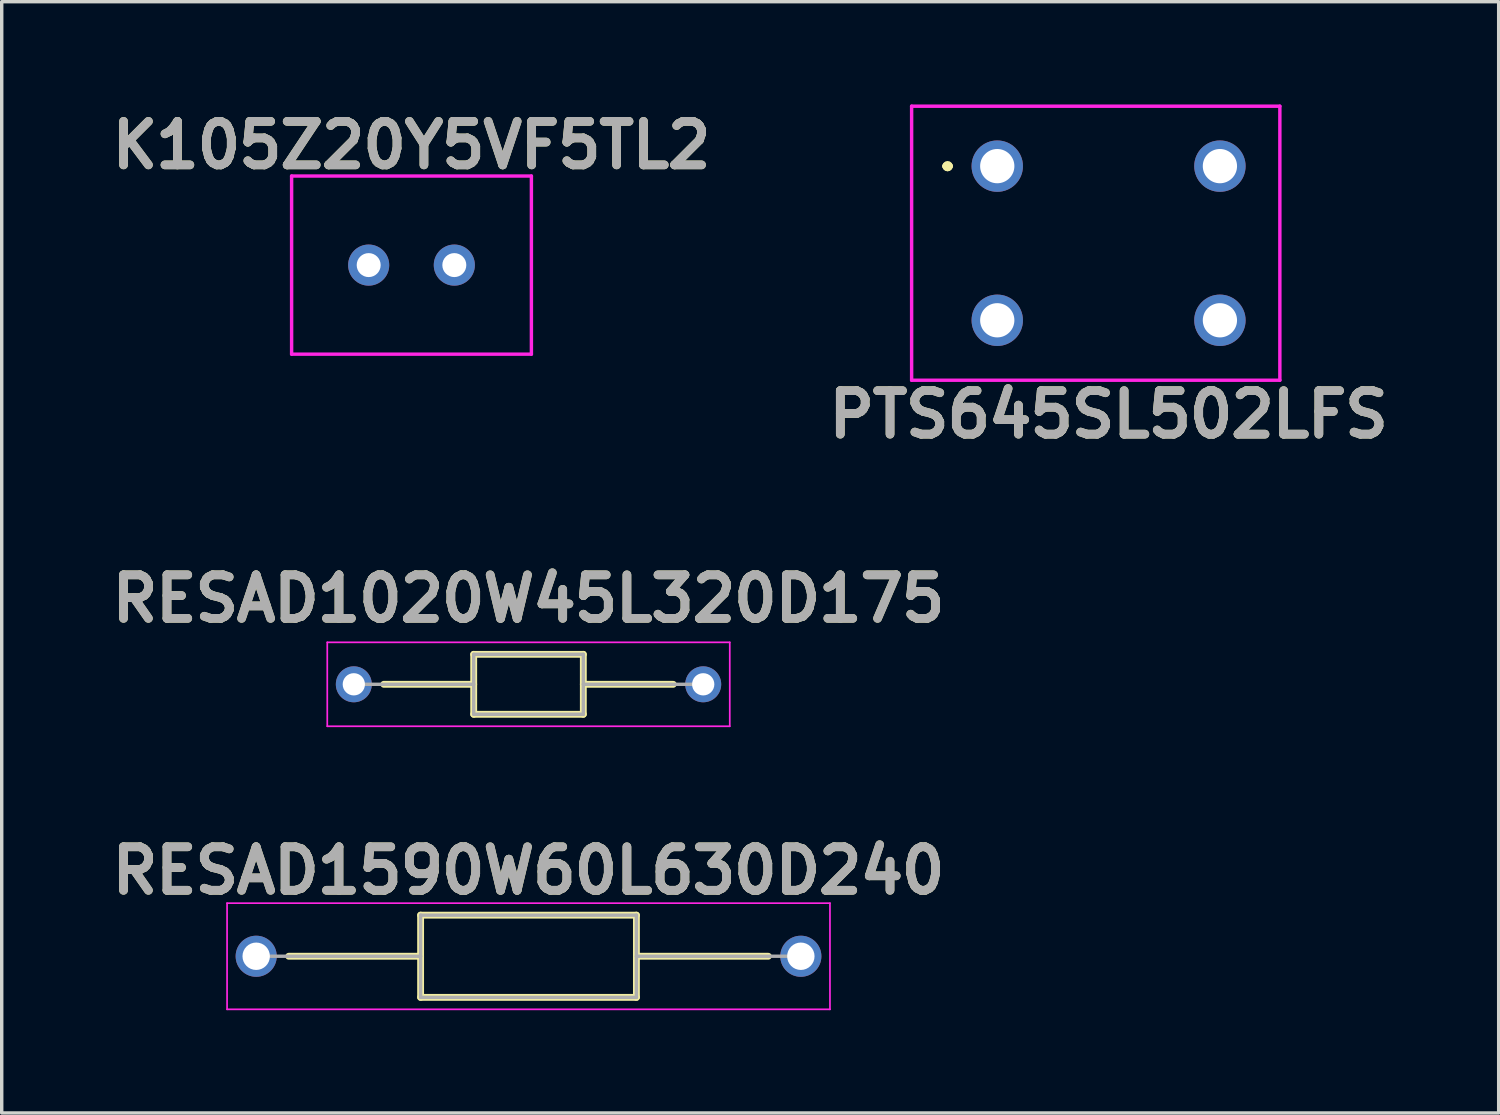
<source format=kicad_pcb>
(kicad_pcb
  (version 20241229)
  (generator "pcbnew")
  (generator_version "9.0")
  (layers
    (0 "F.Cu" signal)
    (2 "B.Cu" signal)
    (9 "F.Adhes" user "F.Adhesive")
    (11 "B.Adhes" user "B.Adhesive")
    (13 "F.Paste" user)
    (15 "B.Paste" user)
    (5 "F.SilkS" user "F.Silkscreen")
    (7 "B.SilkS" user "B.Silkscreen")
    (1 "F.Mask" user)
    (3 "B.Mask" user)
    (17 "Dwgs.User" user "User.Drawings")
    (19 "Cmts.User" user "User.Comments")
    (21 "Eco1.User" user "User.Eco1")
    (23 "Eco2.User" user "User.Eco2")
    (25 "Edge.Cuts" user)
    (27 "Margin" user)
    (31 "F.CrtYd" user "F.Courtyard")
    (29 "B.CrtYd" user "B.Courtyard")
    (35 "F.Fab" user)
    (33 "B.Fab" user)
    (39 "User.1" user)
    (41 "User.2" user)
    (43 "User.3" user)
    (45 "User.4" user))
  (footprint "PTS645SL502LFS"
    (layer "F.Cu")
    (at 29.313 4.05)
    (property "Reference" "PTS645SL502LFS" (at 0 5 0) (layer "F.SilkS") (effects (font (size 1.27 1.27) (thickness 0.254))))
    (attr through_hole)
    (fp_line (start -4.75 -2.25) (end -4.75 -2.25) (stroke (width 0.2) (type solid)) (layer "F.SilkS"))
    (fp_line (start -4.75 -2.25) (end -4.75 -2.25) (stroke (width 0.2) (type solid)) (layer "F.SilkS"))
    (fp_line (start -4.65 -2.25) (end -4.65 -2.25) (stroke (width 0.2) (type solid)) (layer "F.SilkS"))
    (fp_arc (start -4.75 -2.25) (mid -4.7 -2.3) (end -4.65 -2.25) (stroke (width 0.2) (type solid)) (layer "F.SilkS"))
    (fp_arc (start -4.65 -2.25) (mid -4.7 -2.2) (end -4.75 -2.25) (stroke (width 0.2) (type solid)) (layer "F.SilkS"))
    (fp_arc (start -4.65 -2.25) (mid -4.7 -2.2) (end -4.75 -2.25) (stroke (width 0.2) (type solid)) (layer "F.SilkS"))
    (fp_line (start -5.75 -4) (end 5 -4) (stroke (width 0.1) (type solid)) (layer "F.CrtYd"))
    (fp_line (start -5.75 4) (end -5.75 -4) (stroke (width 0.1) (type solid)) (layer "F.CrtYd"))
    (fp_line (start 5 -4) (end 5 4) (stroke (width 0.1) (type solid)) (layer "F.CrtYd"))
    (fp_line (start 5 4) (end -5.75 4) (stroke (width 0.1) (type solid)) (layer "F.CrtYd"))
    (fp_text user "${REFERENCE}" (at 0 5 0) (layer "F.Fab") (effects (font (size 1.27 1.27) (thickness 0.254))))
    (pad "1" thru_hole circle (at -3.25 -2.25) (size 1.5 1.5) (drill 1) (layers "*.Cu" "*.Mask"))
    (pad "2" thru_hole circle (at 3.25 -2.25) (size 1.5 1.5) (drill 1) (layers "*.Cu" "*.Mask"))
    (pad "3" thru_hole circle (at -3.25 2.25) (size 1.5 1.5) (drill 1) (layers "*.Cu" "*.Mask"))
    (pad "4" thru_hole circle (at 3.25 2.25) (size 1.5 1.5) (drill 1) (layers "*.Cu" "*.Mask")))
  (footprint "RESAD1590W60L630D240"
    (layer "F.Cu")
    (at 12.379 24.866)
    (property "Reference" "RESAD1590W60L630D240" (at 0 -2.5 0) (layer "F.SilkS") (effects (font (size 1.27 1.27) (thickness 0.254))))
    (attr through_hole)
    (fp_line (start -7 0) (end -3.15 0) (stroke (width 0.2) (type solid)) (layer "F.SilkS"))
    (fp_line (start -3.15 -1.2) (end 3.15 -1.2) (stroke (width 0.2) (type solid)) (layer "F.SilkS"))
    (fp_line (start -3.15 1.2) (end -3.15 -1.2) (stroke (width 0.2) (type solid)) (layer "F.SilkS"))
    (fp_line (start 3.15 -1.2) (end 3.15 1.2) (stroke (width 0.2) (type solid)) (layer "F.SilkS"))
    (fp_line (start 3.15 0) (end 7 0) (stroke (width 0.2) (type solid)) (layer "F.SilkS"))
    (fp_line (start 3.15 1.2) (end -3.15 1.2) (stroke (width 0.2) (type solid)) (layer "F.SilkS"))
    (fp_line (start -8.8 -1.55) (end 8.8 -1.55) (stroke (width 0.05) (type solid)) (layer "F.CrtYd"))
    (fp_line (start -8.8 1.55) (end -8.8 -1.55) (stroke (width 0.05) (type solid)) (layer "F.CrtYd"))
    (fp_line (start 8.8 -1.55) (end 8.8 1.55) (stroke (width 0.05) (type solid)) (layer "F.CrtYd"))
    (fp_line (start 8.8 1.55) (end -8.8 1.55) (stroke (width 0.05) (type solid)) (layer "F.CrtYd"))
    (fp_line (start -7.95 0) (end -3.15 0) (stroke (width 0.1) (type solid)) (layer "F.Fab"))
    (fp_line (start -3.15 -1.2) (end 3.15 -1.2) (stroke (width 0.1) (type solid)) (layer "F.Fab"))
    (fp_line (start -3.15 1.2) (end -3.15 -1.2) (stroke (width 0.1) (type solid)) (layer "F.Fab"))
    (fp_line (start 3.15 -1.2) (end 3.15 1.2) (stroke (width 0.1) (type solid)) (layer "F.Fab"))
    (fp_line (start 3.15 0) (end 7.95 0) (stroke (width 0.1) (type solid)) (layer "F.Fab"))
    (fp_line (start 3.15 1.2) (end -3.15 1.2) (stroke (width 0.1) (type solid)) (layer "F.Fab"))
    (fp_text user "${REFERENCE}" (at 0 -2.5 0) (layer "F.Fab") (effects (font (size 1.27 1.27) (thickness 0.254))))
    (pad "1" thru_hole circle (at -7.95 0) (size 1.2 1.2) (drill 0.8) (layers "*.Cu" "*.Mask"))
    (pad "2" thru_hole circle (at 7.95 0) (size 1.2 1.2) (drill 0.8) (layers "*.Cu" "*.Mask")))
  (footprint "RESAD1020W45L320D175"
    (layer "F.Cu")
    (at 12.379 16.927)
    (property "Reference" "RESAD1020W45L320D175" (at 0 -2.5 0) (layer "F.SilkS") (effects (font (size 1.27 1.27) (thickness 0.254))))
    (attr through_hole)
    (fp_line (start -4.225 0) (end -1.6 0) (stroke (width 0.2) (type solid)) (layer "F.SilkS"))
    (fp_line (start -1.6 -0.875) (end 1.6 -0.875) (stroke (width 0.2) (type solid)) (layer "F.SilkS"))
    (fp_line (start -1.6 0.875) (end -1.6 -0.875) (stroke (width 0.2) (type solid)) (layer "F.SilkS"))
    (fp_line (start 1.6 -0.875) (end 1.6 0.875) (stroke (width 0.2) (type solid)) (layer "F.SilkS"))
    (fp_line (start 1.6 0) (end 4.225 0) (stroke (width 0.2) (type solid)) (layer "F.SilkS"))
    (fp_line (start 1.6 0.875) (end -1.6 0.875) (stroke (width 0.2) (type solid)) (layer "F.SilkS"))
    (fp_line (start -5.875 -1.225) (end 5.875 -1.225) (stroke (width 0.05) (type solid)) (layer "F.CrtYd"))
    (fp_line (start -5.875 1.225) (end -5.875 -1.225) (stroke (width 0.05) (type solid)) (layer "F.CrtYd"))
    (fp_line (start 5.875 -1.225) (end 5.875 1.225) (stroke (width 0.05) (type solid)) (layer "F.CrtYd"))
    (fp_line (start 5.875 1.225) (end -5.875 1.225) (stroke (width 0.05) (type solid)) (layer "F.CrtYd"))
    (fp_line (start -5.1 0) (end -1.6 0) (stroke (width 0.1) (type solid)) (layer "F.Fab"))
    (fp_line (start -1.6 -0.875) (end 1.6 -0.875) (stroke (width 0.1) (type solid)) (layer "F.Fab"))
    (fp_line (start -1.6 0.875) (end -1.6 -0.875) (stroke (width 0.1) (type solid)) (layer "F.Fab"))
    (fp_line (start 1.6 -0.875) (end 1.6 0.875) (stroke (width 0.1) (type solid)) (layer "F.Fab"))
    (fp_line (start 1.6 0) (end 5.1 0) (stroke (width 0.1) (type solid)) (layer "F.Fab"))
    (fp_line (start 1.6 0.875) (end -1.6 0.875) (stroke (width 0.1) (type solid)) (layer "F.Fab"))
    (fp_text user "${REFERENCE}" (at 0 -2.5 0) (layer "F.Fab") (effects (font (size 1.27 1.27) (thickness 0.254))))
    (pad "1" thru_hole circle (at -5.1 0) (size 1.05 1.05) (drill 0.65) (layers "*.Cu" "*.Mask"))
    (pad "2" thru_hole circle (at 5.1 0) (size 1.05 1.05) (drill 0.65) (layers "*.Cu" "*.Mask")))
  (footprint "K105Z20Y5VF5TL2"
    (layer "F.Cu")
    (at 8.963 4.689)
    (property "Reference" "K105Z20Y5VF5TL2" (at 0 -3.5 0) (layer "F.SilkS") (effects (font (size 1.27 1.27) (thickness 0.254))))
    (attr through_hole)
    (fp_line (start -3.5 -2.6) (end 3.5 -2.6) (stroke (width 0.1) (type solid)) (layer "F.CrtYd"))
    (fp_line (start -3.5 2.6) (end -3.5 -2.6) (stroke (width 0.1) (type solid)) (layer "F.CrtYd"))
    (fp_line (start 3.5 -2.6) (end 3.5 2.6) (stroke (width 0.1) (type solid)) (layer "F.CrtYd"))
    (fp_line (start 3.5 2.6) (end -3.5 2.6) (stroke (width 0.1) (type solid)) (layer "F.CrtYd"))
    (fp_text user "${REFERENCE}" (at 0 -3.5 0) (layer "F.Fab") (effects (font (size 1.27 1.27) (thickness 0.254))))
    (pad "1" thru_hole circle (at -1.25 0) (size 1.2 1.2) (drill 0.7) (layers "*.Cu" "*.Mask"))
    (pad "2" thru_hole circle (at 1.25 0) (size 1.2 1.2) (drill 0.7) (layers "*.Cu" "*.Mask")))
  (gr_rect
    (start -3 -3)
    (end 40.701 29.441)
    (stroke (width 0.1) (type default))
    (fill no)
    (layer "Edge.Cuts")))
</source>
